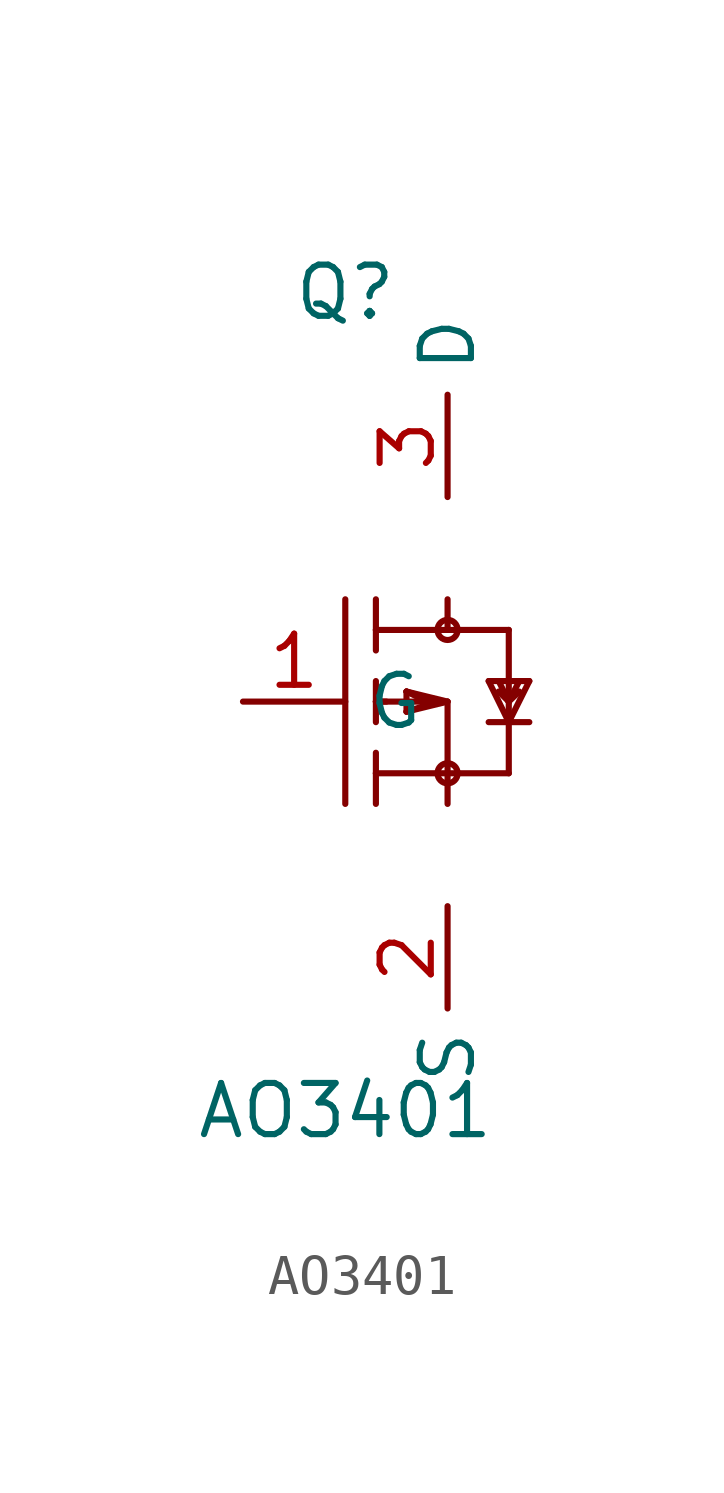
<source format=kicad_sym>
(kicad_symbol_lib
  (version 20211014)
  (generator https://github.com/uPesy/easyeda2kicad.py)
  (symbol "AO3401"
    (property "Reference" "Q"
      (at 0 10.16 0)
      (effects (font (size 1.27 1.27))))
    (property "Value" "AO3401"
      (at 0 -10.16 0)
      (effects (font (size 1.27 1.27))))
    (symbol "AO3401_0_1"
      (circle (center 2.54 1.78) (radius 0.25) (stroke (width 0) (type default) (color 0 0 0 0)) (fill (type none)))
      (circle (center 2.54 -1.78) (radius 0.25) (stroke (width 0) (type default) (color 0 0 0 0)) (fill (type none)))
      (polyline (pts (xy 2.54 2.54) (xy 2.54 1.78)) (stroke (width 0) (type default) (color 0 0 0 0)) (fill (type none)))
      (polyline (pts (xy 2.54 -1.78) (xy 2.54 -2.54)) (stroke (width 0) (type default) (color 0 0 0 0)) (fill (type none)))
      (polyline (pts (xy 4.06 1.78) (xy 4.06 -0.00)) (stroke (width 0) (type default) (color 0 0 0 0)) (fill (type none)))
      (polyline (pts (xy 4.06 -0.25) (xy 4.06 -1.78)) (stroke (width 0) (type default) (color 0 0 0 0)) (fill (type none)))
      (polyline (pts (xy 4.06 -1.78) (xy 2.54 -1.78)) (stroke (width 0) (type default) (color 0 0 0 0)) (fill (type none)))
      (polyline (pts (xy 0.76 2.54) (xy 0.76 1.78)) (stroke (width 0) (type default) (color 0 0 0 0)) (fill (type none)))
      (polyline (pts (xy 0.76 1.78) (xy 0.76 1.27)) (stroke (width 0) (type default) (color 0 0 0 0)) (fill (type none)))
      (polyline (pts (xy 0.76 0.51) (xy 0.76 -0.00)) (stroke (width 0) (type default) (color 0 0 0 0)) (fill (type none)))
      (polyline (pts (xy 0.76 -0.00) (xy 0.76 -0.51)) (stroke (width 0) (type default) (color 0 0 0 0)) (fill (type none)))
      (polyline (pts (xy 0.76 -2.54) (xy 0.76 -1.78)) (stroke (width 0) (type default) (color 0 0 0 0)) (fill (type none)))
      (polyline (pts (xy 0.76 -1.78) (xy 0.76 -1.27)) (stroke (width 0) (type default) (color 0 0 0 0)) (fill (type none)))
      (polyline (pts (xy 0.00 2.54) (xy 0.00 -2.54)) (stroke (width 0) (type default) (color 0 0 0 0)) (fill (type none)))
      (polyline (pts (xy 2.29 -0.00) (xy 0.76 -0.00)) (stroke (width 0) (type default) (color 0 0 0 0)) (fill (type none)))
      (polyline (pts (xy 2.54 -0.00) (xy 2.54 -1.78)) (stroke (width 0) (type default) (color 0 0 0 0)) (fill (type none)))
      (polyline (pts (xy 0.76 1.78) (xy 4.06 1.78) (xy 4.06 1.78)) (stroke (width 0) (type default) (color 0 0 0 0)) (fill (type none)))
      (polyline (pts (xy 0.76 -1.78) (xy 2.54 -1.78)) (stroke (width 0) (type default) (color 0 0 0 0)) (fill (type none)))
      (polyline (pts (xy 1.02 -0.00) (xy 0.76 -0.00)) (stroke (width 0) (type default) (color 0 0 0 0)) (fill (type none)))
      (polyline (pts (xy 2.54 -0.00) (xy 1.52 0.25)) (stroke (width 0) (type default) (color 0 0 0 0)) (fill (type none)))
      (polyline (pts (xy 2.54 -0.00) (xy 1.52 -0.25)) (stroke (width 0) (type default) (color 0 0 0 0)) (fill (type none)))
      (polyline (pts (xy 1.52 0.25) (xy 1.52 -0.25)) (stroke (width 0) (type default) (color 0 0 0 0)) (fill (type none)))
      (polyline (pts (xy 1.52 -0.25) (xy 2.29 -0.00)) (stroke (width 0) (type default) (color 0 0 0 0)) (fill (type none)))
      (polyline (pts (xy 2.29 -0.00) (xy 1.52 0.25)) (stroke (width 0) (type default) (color 0 0 0 0)) (fill (type none)))
      (polyline (pts (xy 1.52 0.25) (xy 2.03 -0.00)) (stroke (width 0) (type default) (color 0 0 0 0)) (fill (type none)))
      (polyline (pts (xy 4.06 -0.00) (xy 4.06 -0.51)) (stroke (width 0) (type default) (color 0 0 0 0)) (fill (type none)))
      (polyline (pts (xy 3.56 0.51) (xy 3.81 0.51)) (stroke (width 0) (type default) (color 0 0 0 0)) (fill (type none)))
      (polyline (pts (xy 3.81 0.51) (xy 4.32 0.51)) (stroke (width 0) (type default) (color 0 0 0 0)) (fill (type none)))
      (polyline (pts (xy 4.32 0.51) (xy 4.57 0.51)) (stroke (width 0) (type default) (color 0 0 0 0)) (fill (type none)))
      (polyline (pts (xy 4.06 -0.51) (xy 3.56 0.51)) (stroke (width 0) (type default) (color 0 0 0 0)) (fill (type none)))
      (polyline (pts (xy 3.56 -0.51) (xy 4.06 -0.51)) (stroke (width 0) (type default) (color 0 0 0 0)) (fill (type none)))
      (polyline (pts (xy 4.06 -0.51) (xy 4.57 -0.51)) (stroke (width 0) (type default) (color 0 0 0 0)) (fill (type none)))
      (polyline (pts (xy 3.81 0.51) (xy 4.06 -0.00)) (stroke (width 0) (type default) (color 0 0 0 0)) (fill (type none)))
      (polyline (pts (xy 4.06 -0.00) (xy 4.32 0.51)) (stroke (width 0) (type default) (color 0 0 0 0)) (fill (type none)))
      (polyline (pts (xy 3.81 0.25) (xy 4.06 -0.00)) (stroke (width 0) (type default) (color 0 0 0 0)) (fill (type none)))
      (polyline (pts (xy 4.06 -0.00) (xy 4.32 0.25)) (stroke (width 0) (type default) (color 0 0 0 0)) (fill (type none)))
      (polyline (pts (xy 4.57 0.51) (xy 4.06 -0.51)) (stroke (width 0) (type default) (color 0 0 0 0)) (fill (type none)))
      (pin unspecified line (at -2.54 -0.00 0) (length 2.54) (name "G" (effects (font (size 1.27 1.27)))) (number "1" (effects (font (size 1.27 1.27)))))
      (pin unspecified line (at 2.54 5.08 90) (length 2.54) (name "D" (effects (font (size 1.27 1.27)))) (number "3" (effects (font (size 1.27 1.27)))))
      (pin unspecified line (at 2.54 -5.08 270) (length 2.54) (name "S" (effects (font (size 1.27 1.27)))) (number "2" (effects (font (size 1.27 1.27))))))))
</source>
